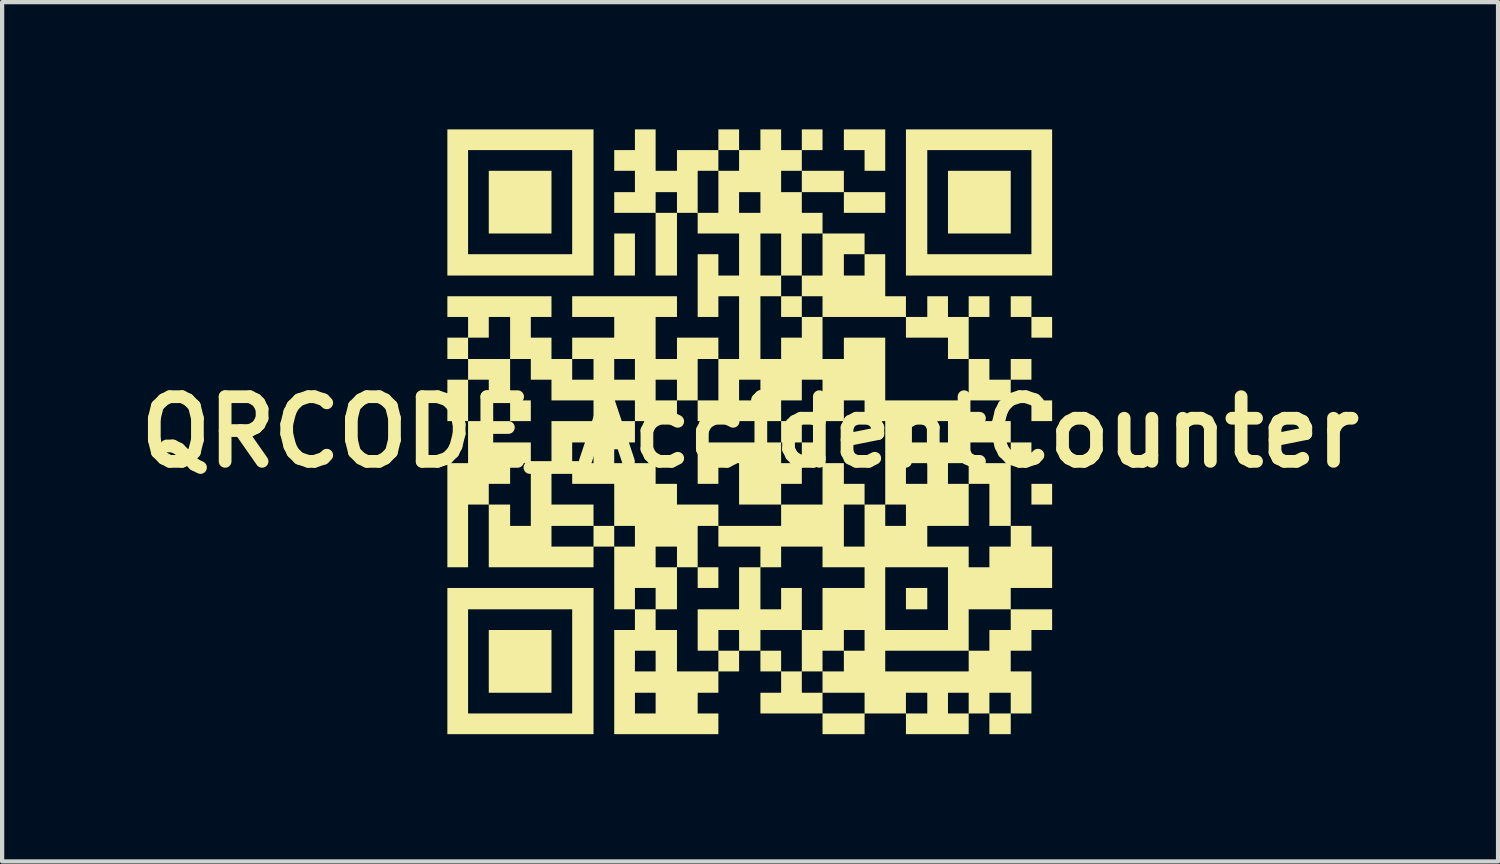
<source format=kicad_pcb>
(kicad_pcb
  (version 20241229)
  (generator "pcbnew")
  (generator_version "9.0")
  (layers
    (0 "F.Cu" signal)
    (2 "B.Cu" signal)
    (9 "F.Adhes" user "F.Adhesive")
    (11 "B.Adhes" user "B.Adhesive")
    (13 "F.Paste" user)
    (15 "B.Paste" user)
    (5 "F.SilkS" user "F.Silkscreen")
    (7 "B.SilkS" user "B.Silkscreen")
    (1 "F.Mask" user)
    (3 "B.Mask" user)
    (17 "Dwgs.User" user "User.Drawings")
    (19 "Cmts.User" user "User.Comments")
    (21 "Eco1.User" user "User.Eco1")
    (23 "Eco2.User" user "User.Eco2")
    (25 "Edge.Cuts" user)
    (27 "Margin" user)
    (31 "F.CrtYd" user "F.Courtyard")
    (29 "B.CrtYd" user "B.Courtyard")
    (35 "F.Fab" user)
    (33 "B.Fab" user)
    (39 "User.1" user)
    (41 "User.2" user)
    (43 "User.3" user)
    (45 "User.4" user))
  (footprint "QRCODE_AccidentCounter"
    (layer "F.Cu")
    (at 14.63 7.135)
    (property "Reference" "QRCODE_AccidentCounter" (at 0 0 0) (layer "F.SilkS") (effects (font (size 1.524 1.524) (thickness 0.3))))
    (attr board_only exclude_from_pos_files exclude_from_bom)
    (fp_poly (pts (xy -5.168 -0.259) (xy -5.656 -0.259) (xy -5.656 -0.747) (xy -5.168 -0.747)) (stroke (width 0) (type solid)) (fill yes) (layer "F.SilkS"))
    (fp_poly (pts (xy -4.681 -4.681) (xy -6.159 -4.681) (xy -6.159 -6.159) (xy -4.681 -6.159)) (stroke (width 0) (type solid)) (fill yes) (layer "F.SilkS"))
    (fp_poly (pts (xy -4.681 6.144) (xy -6.159 6.144) (xy -6.159 4.665) (xy -4.681 4.665)) (stroke (width 0) (type solid)) (fill yes) (layer "F.SilkS"))
    (fp_poly (pts (xy -2.714 -3.69) (xy -3.202 -3.69) (xy -3.202 -4.681) (xy -2.714 -4.681)) (stroke (width 0) (type solid)) (fill yes) (layer "F.SilkS"))
    (fp_poly (pts (xy -0.747 3.674) (xy -1.235 3.674) (xy -1.235 3.186) (xy -0.747 3.186)) (stroke (width 0) (type solid)) (fill yes) (layer "F.SilkS"))
    (fp_poly (pts (xy 1.22 -2.714) (xy 0.732 -2.714) (xy 0.732 -3.202) (xy 1.22 -3.202)) (stroke (width 0) (type solid)) (fill yes) (layer "F.SilkS"))
    (fp_poly (pts (xy 1.708 -6.647) (xy 1.22 -6.647) (xy 1.22 -7.135) (xy 1.708 -7.135)) (stroke (width 0) (type solid)) (fill yes) (layer "F.SilkS"))
    (fp_poly (pts (xy 3.186 -5.168) (xy 2.211 -5.168) (xy 2.211 -5.656) (xy 3.186 -5.656)) (stroke (width 0) (type solid)) (fill yes) (layer "F.SilkS"))
    (fp_poly (pts (xy 4.177 4.177) (xy 3.674 4.177) (xy 3.674 3.674) (xy 4.177 3.674)) (stroke (width 0) (type solid)) (fill yes) (layer "F.SilkS"))
    (fp_poly (pts (xy 5.641 -2.714) (xy 5.153 -2.714) (xy 5.153 -3.202) (xy 5.641 -3.202)) (stroke (width 0) (type solid)) (fill yes) (layer "F.SilkS"))
    (fp_poly (pts (xy 6.144 -4.681) (xy 4.665 -4.681) (xy 4.665 -6.159) (xy 6.144 -6.159)) (stroke (width 0) (type solid)) (fill yes) (layer "F.SilkS"))
    (fp_poly (pts (xy 6.632 -2.714) (xy 6.144 -2.714) (xy 6.144 -3.202) (xy 6.632 -3.202)) (stroke (width 0) (type solid)) (fill yes) (layer "F.SilkS"))
    (fp_poly (pts (xy 6.632 -1.235) (xy 6.144 -1.235) (xy 6.144 -1.723) (xy 6.632 -1.723)) (stroke (width 0) (type solid)) (fill yes) (layer "F.SilkS"))
    (fp_poly (pts (xy 6.632 0.732) (xy 6.144 0.732) (xy 6.144 0.244) (xy 6.632 0.244)) (stroke (width 0) (type solid)) (fill yes) (layer "F.SilkS"))
    (fp_poly (pts (xy 7.12 -2.226) (xy 6.632 -2.226) (xy 6.632 -2.714) (xy 7.12 -2.714)) (stroke (width 0) (type solid)) (fill yes) (layer "F.SilkS"))
    (fp_poly (pts (xy 7.12 -0.259) (xy 6.632 -0.259) (xy 6.632 -0.747) (xy 7.12 -0.747)) (stroke (width 0) (type solid)) (fill yes) (layer "F.SilkS"))
    (fp_poly (pts (xy 7.12 1.708) (xy 6.632 1.708) (xy 6.632 1.22) (xy 7.12 1.22)) (stroke (width 0) (type solid)) (fill yes) (layer "F.SilkS"))
    (fp_poly (pts (xy 3.186 -6.159) (xy 2.699 -6.159) (xy 2.699 -6.647) (xy 2.211 -6.647) (xy 2.211 -7.135) (xy 3.186 -7.135)) (stroke (width 0) (type solid)) (fill yes) (layer "F.SilkS"))
    (fp_poly (pts (xy -3.69 -3.69) (xy -7.135 -3.69) (xy -7.135 -4.193) (xy -6.647 -4.193) (xy -4.193 -4.193) (xy -4.193 -6.647) (xy -6.647 -6.647) (xy -6.647 -4.193) (xy -7.135 -4.193) (xy -7.135 -7.135) (xy -3.69 -7.135)) (stroke (width 0) (type solid)) (fill yes) (layer "F.SilkS"))
    (fp_poly (pts (xy -3.69 7.12) (xy -7.135 7.12) (xy -7.135 6.632) (xy -6.647 6.632) (xy -4.193 6.632) (xy -4.193 4.177) (xy -6.647 4.177) (xy -6.647 6.632) (xy -7.135 6.632) (xy -7.135 3.674) (xy -3.69 3.674)) (stroke (width 0) (type solid)) (fill yes) (layer "F.SilkS"))
    (fp_poly (pts (xy 7.12 -3.69) (xy 3.674 -3.69) (xy 3.674 -4.193) (xy 4.177 -4.193) (xy 6.632 -4.193) (xy 6.632 -6.647) (xy 4.177 -6.647) (xy 4.177 -4.193) (xy 3.674 -4.193) (xy 3.674 -7.135) (xy 7.12 -7.135)) (stroke (width 0) (type solid)) (fill yes) (layer "F.SilkS"))
    (fp_poly (pts (xy 1.708 0.244) (xy 1.708 0.732) (xy 1.22 0.732) (xy 1.22 1.22) (xy 0.732 1.22) (xy 0.732 1.708) (xy -0.259 1.708) (xy -0.259 0.732) (xy 0.732 0.732) (xy 1.22 0.732) (xy 1.22 0.244) (xy 0.732 0.244) (xy 0.732 0.732) (xy -0.259 0.732) (xy -0.747 0.732) (xy -0.747 1.22) (xy -1.235 1.22) (xy -1.235 0.244) (xy 0.732 0.244) (xy 0.732 -0.259) (xy 1.22 -0.259) (xy 1.22 0.244)) (stroke (width 0) (type solid)) (fill yes) (layer "F.SilkS"))
    (fp_poly (pts (xy 2.699 -4.681) (xy 2.699 -4.193) (xy 3.186 -4.193) (xy 3.186 -3.202) (xy 3.674 -3.202) (xy 3.674 -2.714) (xy 4.177 -2.714) (xy 4.177 -3.202) (xy 4.665 -3.202) (xy 4.665 -2.714) (xy 5.153 -2.714) (xy 5.153 -1.723) (xy 5.641 -1.723) (xy 5.641 -1.235) (xy 6.144 -1.235) (xy 6.144 -0.747) (xy 5.153 -0.747) (xy 5.153 -0.259) (xy 6.144 -0.259) (xy 6.144 0.244) (xy 5.153 0.244) (xy 5.153 0.732) (xy 6.144 0.732) (xy 6.144 2.211) (xy 6.632 2.211) (xy 6.632 2.699) (xy 7.12 2.699) (xy 7.12 3.674) (xy 6.144 3.674) (xy 6.144 4.177) (xy 7.12 4.177) (xy 7.12 4.665) (xy 6.632 4.665) (xy 6.632 5.153) (xy 6.144 5.153) (xy 6.144 5.641) (xy 6.632 5.641) (xy 6.632 6.632) (xy 6.144 6.632) (xy 6.144 7.12) (xy 5.641 7.12) (xy 5.641 6.632) (xy 6.144 6.632) (xy 6.144 6.144) (xy 5.641 6.144) (xy 5.641 6.632) (xy 5.153 6.632) (xy 5.153 7.12) (xy 3.674 7.12) (xy 3.674 6.632) (xy 4.177 6.632) (xy 4.665 6.632) (xy 5.153 6.632) (xy 5.153 6.144) (xy 4.665 6.144) (xy 4.665 6.632) (xy 4.177 6.632) (xy 4.177 6.144) (xy 3.674 6.144) (xy 3.674 6.632) (xy 2.699 6.632) (xy 2.699 7.12) (xy 1.708 7.12) (xy 1.708 6.632) (xy 2.699 6.632) (xy 2.699 6.144) (xy 1.708 6.144) (xy 1.708 6.632) (xy 0.244 6.632) (xy 0.244 6.144) (xy 0.732 6.144) (xy 1.22 6.144) (xy 1.708 6.144) (xy 1.708 5.641) (xy 2.211 5.641) (xy 3.186 5.641) (xy 5.153 5.641) (xy 5.153 5.153) (xy 5.641 5.153) (xy 5.641 4.665) (xy 6.144 4.665) (xy 6.144 4.177) (xy 5.153 4.177) (xy 5.153 5.153) (xy 3.186 5.153) (xy 3.186 5.641) (xy 2.211 5.641) (xy 2.211 5.153) (xy 2.699 5.153) (xy 2.699 4.665) (xy 3.186 4.665) (xy 4.665 4.665) (xy 4.665 3.186) (xy 3.186 3.186) (xy 3.186 4.665) (xy 2.699 4.665) (xy 2.211 4.665) (xy 2.211 5.153) (xy 1.708 5.153) (xy 1.708 5.641) (xy 1.22 5.641) (xy 1.22 6.144) (xy 0.732 6.144) (xy 0.732 5.641) (xy 0.244 5.641) (xy 0.244 5.153) (xy 0.732 5.153) (xy 0.732 5.641) (xy 1.22 5.641) (xy 1.22 4.665) (xy 0.244 4.665) (xy 0.244 5.153) (xy -0.259 5.153) (xy -0.259 5.641) (xy -0.747 5.641) (xy -0.747 6.144) (xy -1.235 6.144) (xy -1.235 6.632) (xy -0.747 6.632) (xy -0.747 7.12) (xy -3.202 7.12) (xy -3.202 6.632) (xy -2.714 6.632) (xy -2.226 6.632) (xy -2.226 6.144) (xy -2.714 6.144) (xy -2.714 6.632) (xy -3.202 6.632) (xy -3.202 5.641) (xy -2.714 5.641) (xy -2.226 5.641) (xy -2.226 5.153) (xy -2.714 5.153) (xy -2.714 5.641) (xy -3.202 5.641) (xy -3.202 4.665) (xy -2.714 4.665) (xy -2.226 4.665) (xy -1.723 4.665) (xy -1.723 5.641) (xy -0.747 5.641) (xy -0.747 5.153) (xy -0.259 5.153) (xy -0.259 4.665) (xy -0.747 4.665) (xy -0.747 5.153) (xy -1.235 5.153) (xy -1.235 4.177) (xy -0.259 4.177) (xy 0.244 4.177) (xy 0.732 4.177) (xy 0.732 3.674) (xy 1.22 3.674) (xy 1.22 4.665) (xy 1.708 4.665) (xy 1.708 3.674) (xy 2.699 3.674) (xy 2.699 3.186) (xy 1.708 3.186) (xy 1.708 2.699) (xy 2.211 2.699) (xy 2.699 2.699) (xy 4.177 2.699) (xy 5.153 2.699) (xy 5.153 3.186) (xy 5.641 3.186) (xy 5.641 2.699) (xy 6.144 2.699) (xy 6.144 2.211) (xy 5.641 2.211) (xy 5.641 1.22) (xy 5.153 1.22) (xy 5.153 2.211) (xy 4.177 2.211) (xy 4.177 2.699) (xy 2.699 2.699) (xy 2.699 2.211) (xy 3.186 2.211) (xy 3.674 2.211) (xy 3.674 1.708) (xy 3.186 1.708) (xy 3.186 2.211) (xy 2.699 2.211) (xy 2.699 1.708) (xy 2.211 1.708) (xy 2.211 2.699) (xy 1.708 2.699) (xy 0.732 2.699) (xy 0.732 3.186) (xy 0.244 3.186) (xy 0.244 4.177) (xy -0.259 4.177) (xy -0.259 3.186) (xy 0.244 3.186) (xy 0.244 2.699) (xy -0.747 2.699) (xy -0.747 2.211) (xy -1.235 2.211) (xy -1.235 3.186) (xy -1.723 3.186) (xy -1.723 4.177) (xy -2.226 4.177) (xy -2.226 4.665) (xy -2.714 4.665) (xy -2.714 4.177) (xy -2.226 4.177) (xy -2.226 3.674) (xy -2.714 3.674) (xy -2.714 4.177) (xy -3.202 4.177) (xy -3.202 3.186) (xy -2.226 3.186) (xy -1.723 3.186) (xy -1.723 2.699) (xy -2.226 2.699) (xy -2.226 3.186) (xy -3.202 3.186) (xy -3.202 2.699) (xy -2.714 2.699) (xy -2.714 2.211) (xy -3.202 2.211) (xy -3.202 2.699) (xy -3.69 2.699) (xy -3.69 3.186) (xy -6.159 3.186) (xy -6.159 2.699) (xy -4.681 2.699) (xy -3.69 2.699) (xy -3.69 2.211) (xy -4.681 2.211) (xy -4.681 2.699) (xy -6.159 2.699) (xy -6.159 1.708) (xy -5.656 1.708) (xy -5.656 2.211) (xy -5.168 2.211) (xy -5.168 1.708) (xy -4.681 1.708) (xy -3.69 1.708) (xy -3.69 2.211) (xy -3.202 2.211) (xy -3.202 1.22) (xy -4.193 1.22) (xy -4.193 0.732) (xy -3.69 0.732) (xy -3.202 0.732) (xy -2.226 0.732) (xy -2.226 1.22) (xy -1.723 1.22) (xy -1.723 1.708) (xy -0.747 1.708) (xy -0.747 2.211) (xy 0.732 2.211) (xy 0.732 1.708) (xy 1.708 1.708) (xy 1.708 0.732) (xy 2.211 0.732) (xy 2.211 1.22) (xy 2.699 1.22) (xy 2.699 1.708) (xy 3.186 1.708) (xy 3.186 1.22) (xy 3.674 1.22) (xy 4.177 1.22) (xy 4.665 1.22) (xy 5.153 1.22) (xy 5.153 0.732) (xy 4.665 0.732) (xy 4.665 1.22) (xy 4.177 1.22) (xy 4.177 0.732) (xy 3.674 0.732) (xy 3.674 1.22) (xy 3.186 1.22) (xy 3.186 0.244) (xy 3.674 0.244) (xy 4.665 0.244) (xy 4.665 -0.259) (xy 3.674 -0.259) (xy 3.674 0.244) (xy 3.186 0.244) (xy 3.186 -0.259) (xy 2.699 -0.259) (xy 2.699 -0.747) (xy 2.211 -0.747) (xy 2.211 -0.259) (xy 1.708 -0.259) (xy 1.708 -1.235) (xy 1.22 -1.235) (xy 1.22 -0.747) (xy 0.732 -0.747) (xy 0.732 -0.259) (xy -1.235 -0.259) (xy -1.235 -0.747) (xy -0.747 -0.747) (xy -0.259 -0.747) (xy 0.244 -0.747) (xy 0.244 -1.235) (xy -0.259 -1.235) (xy -0.259 -0.747) (xy -0.747 -0.747) (xy -0.747 -1.723) (xy -1.235 -1.723) (xy -1.235 -0.747) (xy -1.723 -0.747) (xy -1.723 -0.259) (xy -2.714 -0.259) (xy -2.714 0.244) (xy -3.202 0.244) (xy -3.202 0.732) (xy -3.69 0.732) (xy -3.69 0.244) (xy -4.193 0.244) (xy -4.193 0.732) (xy -4.681 0.732) (xy -4.681 1.708) (xy -5.168 1.708) (xy -5.168 0.732) (xy -5.656 0.732) (xy -5.656 1.22) (xy -6.159 1.22) (xy -6.159 1.708) (xy -6.647 1.708) (xy -6.647 3.186) (xy -7.135 3.186) (xy -7.135 0.732) (xy -6.647 0.732) (xy -6.647 -0.259) (xy -6.159 -0.259) (xy -6.159 0.244) (xy -5.168 0.244) (xy -5.168 0.732) (xy -4.681 0.732) (xy -4.681 -0.259) (xy -3.69 -0.259) (xy -3.202 -0.259) (xy -2.714 -0.259) (xy -2.714 -0.747) (xy -2.226 -0.747) (xy -1.723 -0.747) (xy -1.723 -1.235) (xy -2.226 -1.235) (xy -2.226 -0.747) (xy -2.714 -0.747) (xy -3.202 -0.747) (xy -3.202 -0.259) (xy -3.69 -0.259) (xy -3.69 -0.747) (xy -4.681 -0.747) (xy -4.681 -1.235) (xy -4.193 -1.235) (xy -3.69 -1.235) (xy -3.202 -1.235) (xy -2.714 -1.235) (xy -2.714 -1.723) (xy -3.202 -1.723) (xy -3.202 -1.235) (xy -3.69 -1.235) (xy -3.69 -1.723) (xy -4.193 -1.723) (xy -4.193 -1.235) (xy -4.681 -1.235) (xy -5.168 -1.235) (xy -5.168 -1.723) (xy -5.656 -1.723) (xy -5.656 -0.747) (xy -6.159 -0.747) (xy -6.159 -1.235) (xy -6.647 -1.235) (xy -6.647 -0.259) (xy -7.135 -0.259) (xy -7.135 -1.235) (xy -6.647 -1.235) (xy -6.647 -1.723) (xy -5.656 -1.723) (xy -5.656 -2.714) (xy -6.159 -2.714) (xy -6.159 -2.226) (xy -6.647 -2.226) (xy -6.647 -1.723) (xy -7.135 -1.723) (xy -7.135 -2.226) (xy -6.647 -2.226) (xy -6.647 -2.714) (xy -7.135 -2.714) (xy -7.135 -3.202) (xy -4.681 -3.202) (xy -4.681 -2.714) (xy -5.168 -2.714) (xy -5.168 -2.226) (xy -4.681 -2.226) (xy -4.681 -1.723) (xy -4.193 -1.723) (xy -4.193 -2.226) (xy -3.202 -2.226) (xy -3.202 -2.714) (xy -4.193 -2.714) (xy -4.193 -3.202) (xy -1.723 -3.202) (xy -1.723 -2.714) (xy -2.226 -2.714) (xy -2.226 -1.723) (xy -1.723 -1.723) (xy -1.723 -2.226) (xy -0.747 -2.226) (xy -0.747 -1.723) (xy -0.259 -1.723) (xy 0.244 -1.723) (xy 0.732 -1.723) (xy 1.708 -1.723) (xy 2.211 -1.723) (xy 2.211 -2.226) (xy 3.186 -2.226) (xy 3.186 -0.747) (xy 5.153 -0.747) (xy 5.153 -1.723) (xy 4.665 -1.723) (xy 4.665 -2.226) (xy 3.674 -2.226) (xy 3.674 -2.714) (xy 1.708 -2.714) (xy 1.708 -1.723) (xy 0.732 -1.723) (xy 0.732 -2.226) (xy 1.22 -2.226) (xy 1.22 -2.714) (xy 1.708 -2.714) (xy 1.708 -3.202) (xy 1.22 -3.202) (xy 1.22 -3.69) (xy 1.708 -3.69) (xy 2.211 -3.69) (xy 2.699 -3.69) (xy 2.699 -4.193) (xy 2.211 -4.193) (xy 2.211 -3.69) (xy 1.708 -3.69) (xy 1.708 -4.681) (xy 1.22 -4.681) (xy 1.22 -3.69) (xy 0.732 -3.69) (xy 0.732 -3.202) (xy 0.244 -3.202) (xy 0.244 -1.723) (xy -0.259 -1.723) (xy -0.259 -3.202) (xy -0.747 -3.202) (xy -0.747 -2.714) (xy -1.235 -2.714) (xy -1.235 -4.193) (xy -0.747 -4.193) (xy -0.747 -3.69) (xy -0.259 -3.69) (xy 0.244 -3.69) (xy 0.732 -3.69) (xy 0.732 -4.681) (xy 0.244 -4.681) (xy 0.244 -3.69) (xy -0.259 -3.69) (xy -0.259 -4.681) (xy -1.235 -4.681) (xy -1.235 -5.168) (xy -0.747 -5.168) (xy -0.259 -5.168) (xy 0.244 -5.168) (xy 0.244 -5.656) (xy 0.732 -5.656) (xy 1.22 -5.656) (xy 1.22 -6.159) (xy 0.732 -6.159) (xy 0.732 -5.656) (xy 0.244 -5.656) (xy -0.259 -5.656) (xy -0.259 -5.168) (xy -0.747 -5.168) (xy -0.747 -6.159) (xy -0.259 -6.159) (xy -0.259 -6.647) (xy -0.747 -6.647) (xy -0.747 -6.159) (xy -1.235 -6.159) (xy -1.235 -5.168) (xy -1.723 -5.168) (xy -1.723 -3.69) (xy -2.226 -3.69) (xy -2.226 -5.168) (xy -1.723 -5.168) (xy -1.723 -5.656) (xy -2.226 -5.656) (xy -2.226 -5.168) (xy -3.202 -5.168) (xy -3.202 -5.656) (xy -2.714 -5.656) (xy -2.714 -6.159) (xy -3.202 -6.159) (xy -3.202 -6.647) (xy -2.714 -6.647) (xy -2.714 -7.135) (xy -2.226 -7.135) (xy -2.226 -6.159) (xy -1.723 -6.159) (xy -1.723 -6.647) (xy -0.747 -6.647) (xy -0.747 -7.135) (xy -0.259 -7.135) (xy -0.259 -6.647) (xy 0.244 -6.647) (xy 0.244 -7.135) (xy 0.732 -7.135) (xy 0.732 -6.647) (xy 1.22 -6.647) (xy 1.22 -6.159) (xy 2.211 -6.159) (xy 2.211 -5.656) (xy 1.22 -5.656) (xy 1.22 -5.168) (xy 1.708 -5.168) (xy 1.708 -4.681)) (stroke (width 0) (type solid)) (fill yes) (layer "F.SilkS")))
  (gr_rect
    (start -3 -3)
    (end 32.261 17.255)
    (stroke (width 0.1) (type default))
    (fill no)
    (layer "Edge.Cuts")))
</source>
